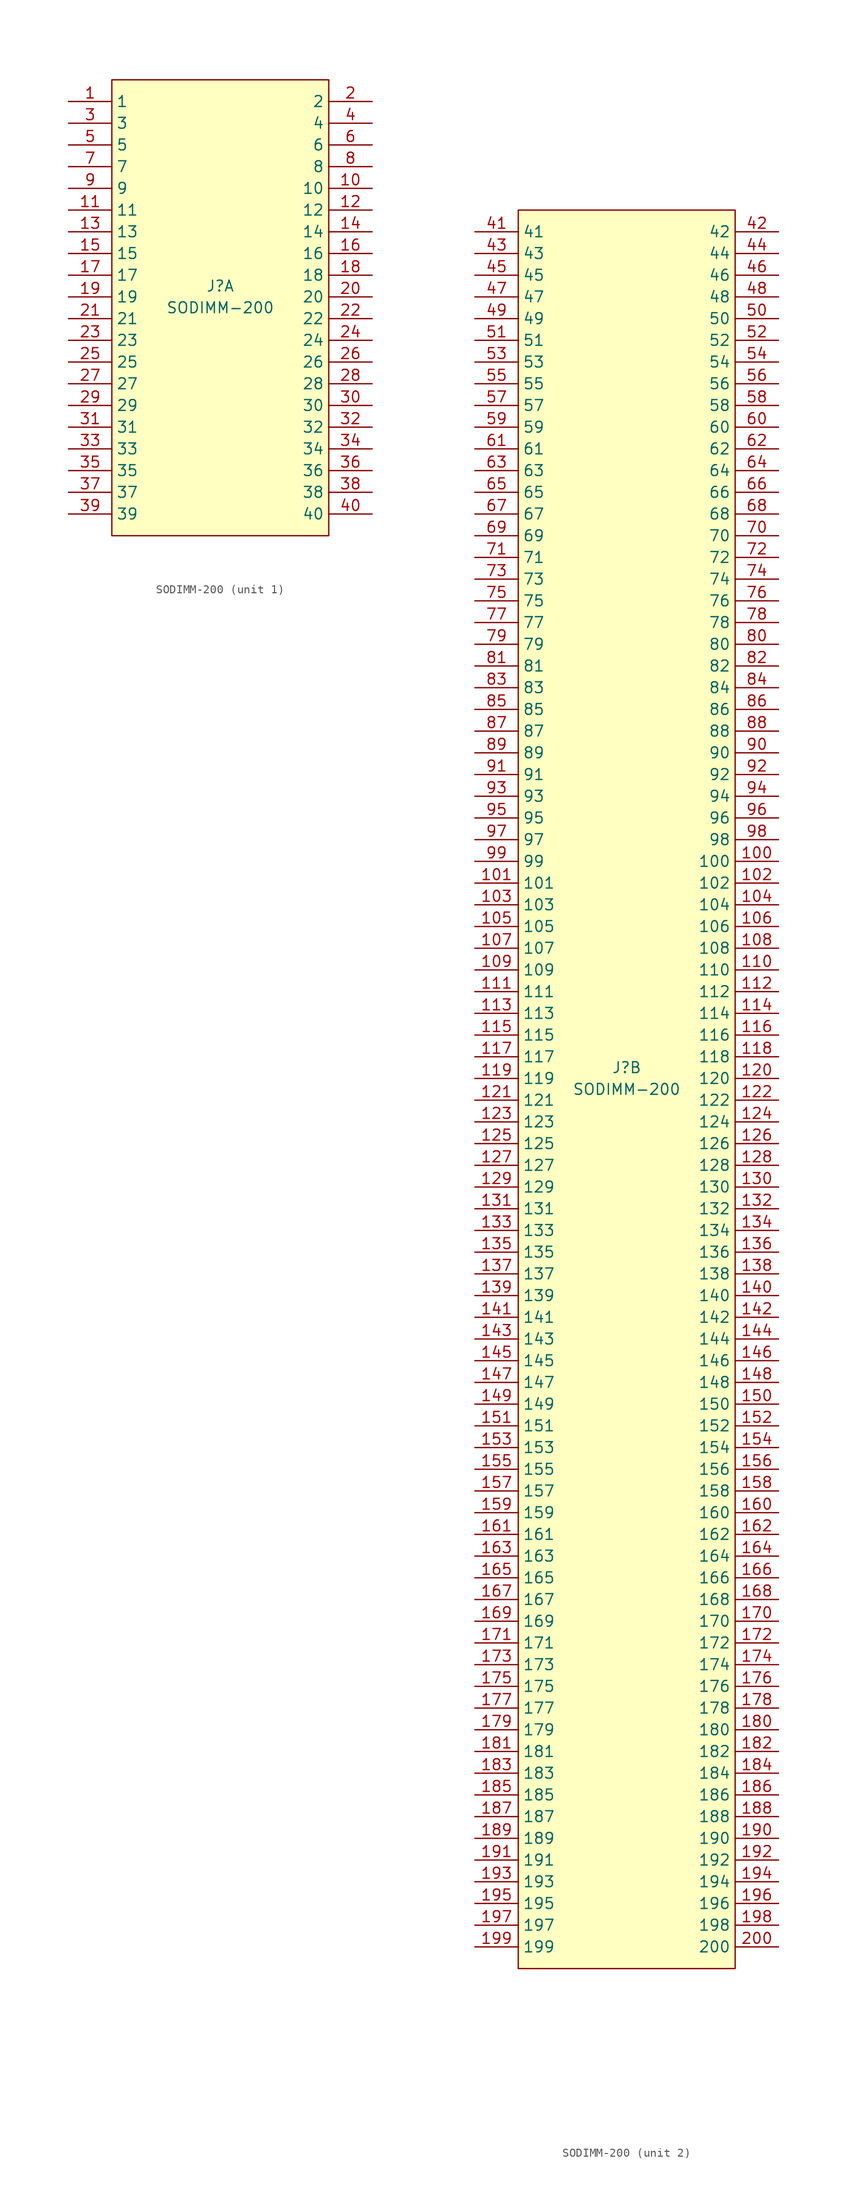
<source format=kicad_sym>
(kicad_symbol_lib
  (version 20201005)
  (generator kicad_symbol_editor)
  (symbol "SODIMM-200"
    (property "Reference" "J"
      (at 0 1.27 0)
      (effects (font (size 1.27 1.27))))
    (property "Value" "SODIMM-200"
      (at 0 -1.27 0)
      (effects (font (size 1.27 1.27))))
    (property "ki_locked" ""
      (at 0 0 0)
      (effects (font (size 1.27 1.27))))
    (symbol "SODIMM-200_1_1"
      (rectangle (start -12.7 25.4) (end 12.7 -27.94) (stroke (width 0)) (fill (type background)))
      (pin passive line (at -17.78 22.86 0) (length 5.08) (name "1" (effects (font (size 1.27 1.27)))) (number "1" (effects (font (size 1.27 1.27)))))
      (pin passive line (at 17.78 12.7 180) (length 5.08) (name "10" (effects (font (size 1.27 1.27)))) (number "10" (effects (font (size 1.27 1.27)))))
      (pin passive line (at -17.78 10.16 0) (length 5.08) (name "11" (effects (font (size 1.27 1.27)))) (number "11" (effects (font (size 1.27 1.27)))))
      (pin passive line (at 17.78 10.16 180) (length 5.08) (name "12" (effects (font (size 1.27 1.27)))) (number "12" (effects (font (size 1.27 1.27)))))
      (pin passive line (at -17.78 7.62 0) (length 5.08) (name "13" (effects (font (size 1.27 1.27)))) (number "13" (effects (font (size 1.27 1.27)))))
      (pin passive line (at 17.78 7.62 180) (length 5.08) (name "14" (effects (font (size 1.27 1.27)))) (number "14" (effects (font (size 1.27 1.27)))))
      (pin passive line (at -17.78 5.08 0) (length 5.08) (name "15" (effects (font (size 1.27 1.27)))) (number "15" (effects (font (size 1.27 1.27)))))
      (pin passive line (at 17.78 5.08 180) (length 5.08) (name "16" (effects (font (size 1.27 1.27)))) (number "16" (effects (font (size 1.27 1.27)))))
      (pin passive line (at -17.78 2.54 0) (length 5.08) (name "17" (effects (font (size 1.27 1.27)))) (number "17" (effects (font (size 1.27 1.27)))))
      (pin passive line (at 17.78 2.54 180) (length 5.08) (name "18" (effects (font (size 1.27 1.27)))) (number "18" (effects (font (size 1.27 1.27)))))
      (pin passive line (at -17.78 0 0) (length 5.08) (name "19" (effects (font (size 1.27 1.27)))) (number "19" (effects (font (size 1.27 1.27)))))
      (pin passive line (at 17.78 22.86 180) (length 5.08) (name "2" (effects (font (size 1.27 1.27)))) (number "2" (effects (font (size 1.27 1.27)))))
      (pin passive line (at 17.78 0 180) (length 5.08) (name "20" (effects (font (size 1.27 1.27)))) (number "20" (effects (font (size 1.27 1.27)))))
      (pin passive line (at -17.78 -2.54 0) (length 5.08) (name "21" (effects (font (size 1.27 1.27)))) (number "21" (effects (font (size 1.27 1.27)))))
      (pin passive line (at 17.78 -2.54 180) (length 5.08) (name "22" (effects (font (size 1.27 1.27)))) (number "22" (effects (font (size 1.27 1.27)))))
      (pin passive line (at -17.78 -5.08 0) (length 5.08) (name "23" (effects (font (size 1.27 1.27)))) (number "23" (effects (font (size 1.27 1.27)))))
      (pin passive line (at 17.78 -5.08 180) (length 5.08) (name "24" (effects (font (size 1.27 1.27)))) (number "24" (effects (font (size 1.27 1.27)))))
      (pin passive line (at -17.78 -7.62 0) (length 5.08) (name "25" (effects (font (size 1.27 1.27)))) (number "25" (effects (font (size 1.27 1.27)))))
      (pin passive line (at 17.78 -7.62 180) (length 5.08) (name "26" (effects (font (size 1.27 1.27)))) (number "26" (effects (font (size 1.27 1.27)))))
      (pin passive line (at -17.78 -10.16 0) (length 5.08) (name "27" (effects (font (size 1.27 1.27)))) (number "27" (effects (font (size 1.27 1.27)))))
      (pin passive line (at 17.78 -10.16 180) (length 5.08) (name "28" (effects (font (size 1.27 1.27)))) (number "28" (effects (font (size 1.27 1.27)))))
      (pin passive line (at -17.78 -12.7 0) (length 5.08) (name "29" (effects (font (size 1.27 1.27)))) (number "29" (effects (font (size 1.27 1.27)))))
      (pin passive line (at -17.78 20.32 0) (length 5.08) (name "3" (effects (font (size 1.27 1.27)))) (number "3" (effects (font (size 1.27 1.27)))))
      (pin passive line (at 17.78 -12.7 180) (length 5.08) (name "30" (effects (font (size 1.27 1.27)))) (number "30" (effects (font (size 1.27 1.27)))))
      (pin passive line (at -17.78 -15.24 0) (length 5.08) (name "31" (effects (font (size 1.27 1.27)))) (number "31" (effects (font (size 1.27 1.27)))))
      (pin passive line (at 17.78 -15.24 180) (length 5.08) (name "32" (effects (font (size 1.27 1.27)))) (number "32" (effects (font (size 1.27 1.27)))))
      (pin passive line (at -17.78 -17.78 0) (length 5.08) (name "33" (effects (font (size 1.27 1.27)))) (number "33" (effects (font (size 1.27 1.27)))))
      (pin passive line (at 17.78 -17.78 180) (length 5.08) (name "34" (effects (font (size 1.27 1.27)))) (number "34" (effects (font (size 1.27 1.27)))))
      (pin passive line (at -17.78 -20.32 0) (length 5.08) (name "35" (effects (font (size 1.27 1.27)))) (number "35" (effects (font (size 1.27 1.27)))))
      (pin passive line (at 17.78 -20.32 180) (length 5.08) (name "36" (effects (font (size 1.27 1.27)))) (number "36" (effects (font (size 1.27 1.27)))))
      (pin passive line (at -17.78 -22.86 0) (length 5.08) (name "37" (effects (font (size 1.27 1.27)))) (number "37" (effects (font (size 1.27 1.27)))))
      (pin passive line (at 17.78 -22.86 180) (length 5.08) (name "38" (effects (font (size 1.27 1.27)))) (number "38" (effects (font (size 1.27 1.27)))))
      (pin passive line (at -17.78 -25.4 0) (length 5.08) (name "39" (effects (font (size 1.27 1.27)))) (number "39" (effects (font (size 1.27 1.27)))))
      (pin passive line (at 17.78 20.32 180) (length 5.08) (name "4" (effects (font (size 1.27 1.27)))) (number "4" (effects (font (size 1.27 1.27)))))
      (pin passive line (at 17.78 -25.4 180) (length 5.08) (name "40" (effects (font (size 1.27 1.27)))) (number "40" (effects (font (size 1.27 1.27)))))
      (pin passive line (at -17.78 17.78 0) (length 5.08) (name "5" (effects (font (size 1.27 1.27)))) (number "5" (effects (font (size 1.27 1.27)))))
      (pin passive line (at 17.78 17.78 180) (length 5.08) (name "6" (effects (font (size 1.27 1.27)))) (number "6" (effects (font (size 1.27 1.27)))))
      (pin passive line (at -17.78 15.24 0) (length 5.08) (name "7" (effects (font (size 1.27 1.27)))) (number "7" (effects (font (size 1.27 1.27)))))
      (pin passive line (at 17.78 15.24 180) (length 5.08) (name "8" (effects (font (size 1.27 1.27)))) (number "8" (effects (font (size 1.27 1.27)))))
      (pin passive line (at -17.78 12.7 0) (length 5.08) (name "9" (effects (font (size 1.27 1.27)))) (number "9" (effects (font (size 1.27 1.27))))))
    (symbol "SODIMM-200_2_1"
      (rectangle (start -12.7 -104.14) (end 12.7 101.6) (stroke (width 0)) (fill (type background)))
      (pin passive line (at 17.78 25.4 180) (length 5.08) (name "100" (effects (font (size 1.27 1.27)))) (number "100" (effects (font (size 1.27 1.27)))))
      (pin passive line (at -17.78 22.86 0) (length 5.08) (name "101" (effects (font (size 1.27 1.27)))) (number "101" (effects (font (size 1.27 1.27)))))
      (pin passive line (at 17.78 22.86 180) (length 5.08) (name "102" (effects (font (size 1.27 1.27)))) (number "102" (effects (font (size 1.27 1.27)))))
      (pin passive line (at -17.78 20.32 0) (length 5.08) (name "103" (effects (font (size 1.27 1.27)))) (number "103" (effects (font (size 1.27 1.27)))))
      (pin passive line (at 17.78 20.32 180) (length 5.08) (name "104" (effects (font (size 1.27 1.27)))) (number "104" (effects (font (size 1.27 1.27)))))
      (pin passive line (at -17.78 17.78 0) (length 5.08) (name "105" (effects (font (size 1.27 1.27)))) (number "105" (effects (font (size 1.27 1.27)))))
      (pin passive line (at 17.78 17.78 180) (length 5.08) (name "106" (effects (font (size 1.27 1.27)))) (number "106" (effects (font (size 1.27 1.27)))))
      (pin passive line (at -17.78 15.24 0) (length 5.08) (name "107" (effects (font (size 1.27 1.27)))) (number "107" (effects (font (size 1.27 1.27)))))
      (pin passive line (at 17.78 15.24 180) (length 5.08) (name "108" (effects (font (size 1.27 1.27)))) (number "108" (effects (font (size 1.27 1.27)))))
      (pin passive line (at -17.78 12.7 0) (length 5.08) (name "109" (effects (font (size 1.27 1.27)))) (number "109" (effects (font (size 1.27 1.27)))))
      (pin passive line (at 17.78 12.7 180) (length 5.08) (name "110" (effects (font (size 1.27 1.27)))) (number "110" (effects (font (size 1.27 1.27)))))
      (pin passive line (at -17.78 10.16 0) (length 5.08) (name "111" (effects (font (size 1.27 1.27)))) (number "111" (effects (font (size 1.27 1.27)))))
      (pin passive line (at 17.78 10.16 180) (length 5.08) (name "112" (effects (font (size 1.27 1.27)))) (number "112" (effects (font (size 1.27 1.27)))))
      (pin passive line (at -17.78 7.62 0) (length 5.08) (name "113" (effects (font (size 1.27 1.27)))) (number "113" (effects (font (size 1.27 1.27)))))
      (pin passive line (at 17.78 7.62 180) (length 5.08) (name "114" (effects (font (size 1.27 1.27)))) (number "114" (effects (font (size 1.27 1.27)))))
      (pin passive line (at -17.78 5.08 0) (length 5.08) (name "115" (effects (font (size 1.27 1.27)))) (number "115" (effects (font (size 1.27 1.27)))))
      (pin passive line (at 17.78 5.08 180) (length 5.08) (name "116" (effects (font (size 1.27 1.27)))) (number "116" (effects (font (size 1.27 1.27)))))
      (pin passive line (at -17.78 2.54 0) (length 5.08) (name "117" (effects (font (size 1.27 1.27)))) (number "117" (effects (font (size 1.27 1.27)))))
      (pin passive line (at 17.78 2.54 180) (length 5.08) (name "118" (effects (font (size 1.27 1.27)))) (number "118" (effects (font (size 1.27 1.27)))))
      (pin passive line (at -17.78 0 0) (length 5.08) (name "119" (effects (font (size 1.27 1.27)))) (number "119" (effects (font (size 1.27 1.27)))))
      (pin passive line (at 17.78 0 180) (length 5.08) (name "120" (effects (font (size 1.27 1.27)))) (number "120" (effects (font (size 1.27 1.27)))))
      (pin passive line (at -17.78 -2.54 0) (length 5.08) (name "121" (effects (font (size 1.27 1.27)))) (number "121" (effects (font (size 1.27 1.27)))))
      (pin passive line (at 17.78 -2.54 180) (length 5.08) (name "122" (effects (font (size 1.27 1.27)))) (number "122" (effects (font (size 1.27 1.27)))))
      (pin passive line (at -17.78 -5.08 0) (length 5.08) (name "123" (effects (font (size 1.27 1.27)))) (number "123" (effects (font (size 1.27 1.27)))))
      (pin passive line (at 17.78 -5.08 180) (length 5.08) (name "124" (effects (font (size 1.27 1.27)))) (number "124" (effects (font (size 1.27 1.27)))))
      (pin passive line (at -17.78 -7.62 0) (length 5.08) (name "125" (effects (font (size 1.27 1.27)))) (number "125" (effects (font (size 1.27 1.27)))))
      (pin passive line (at 17.78 -7.62 180) (length 5.08) (name "126" (effects (font (size 1.27 1.27)))) (number "126" (effects (font (size 1.27 1.27)))))
      (pin passive line (at -17.78 -10.16 0) (length 5.08) (name "127" (effects (font (size 1.27 1.27)))) (number "127" (effects (font (size 1.27 1.27)))))
      (pin passive line (at 17.78 -10.16 180) (length 5.08) (name "128" (effects (font (size 1.27 1.27)))) (number "128" (effects (font (size 1.27 1.27)))))
      (pin passive line (at -17.78 -12.7 0) (length 5.08) (name "129" (effects (font (size 1.27 1.27)))) (number "129" (effects (font (size 1.27 1.27)))))
      (pin passive line (at 17.78 -12.7 180) (length 5.08) (name "130" (effects (font (size 1.27 1.27)))) (number "130" (effects (font (size 1.27 1.27)))))
      (pin passive line (at -17.78 -15.24 0) (length 5.08) (name "131" (effects (font (size 1.27 1.27)))) (number "131" (effects (font (size 1.27 1.27)))))
      (pin passive line (at 17.78 -15.24 180) (length 5.08) (name "132" (effects (font (size 1.27 1.27)))) (number "132" (effects (font (size 1.27 1.27)))))
      (pin passive line (at -17.78 -17.78 0) (length 5.08) (name "133" (effects (font (size 1.27 1.27)))) (number "133" (effects (font (size 1.27 1.27)))))
      (pin passive line (at 17.78 -17.78 180) (length 5.08) (name "134" (effects (font (size 1.27 1.27)))) (number "134" (effects (font (size 1.27 1.27)))))
      (pin passive line (at -17.78 -20.32 0) (length 5.08) (name "135" (effects (font (size 1.27 1.27)))) (number "135" (effects (font (size 1.27 1.27)))))
      (pin passive line (at 17.78 -20.32 180) (length 5.08) (name "136" (effects (font (size 1.27 1.27)))) (number "136" (effects (font (size 1.27 1.27)))))
      (pin passive line (at -17.78 -22.86 0) (length 5.08) (name "137" (effects (font (size 1.27 1.27)))) (number "137" (effects (font (size 1.27 1.27)))))
      (pin passive line (at 17.78 -22.86 180) (length 5.08) (name "138" (effects (font (size 1.27 1.27)))) (number "138" (effects (font (size 1.27 1.27)))))
      (pin passive line (at -17.78 -25.4 0) (length 5.08) (name "139" (effects (font (size 1.27 1.27)))) (number "139" (effects (font (size 1.27 1.27)))))
      (pin passive line (at 17.78 -25.4 180) (length 5.08) (name "140" (effects (font (size 1.27 1.27)))) (number "140" (effects (font (size 1.27 1.27)))))
      (pin passive line (at -17.78 -27.94 0) (length 5.08) (name "141" (effects (font (size 1.27 1.27)))) (number "141" (effects (font (size 1.27 1.27)))))
      (pin passive line (at 17.78 -27.94 180) (length 5.08) (name "142" (effects (font (size 1.27 1.27)))) (number "142" (effects (font (size 1.27 1.27)))))
      (pin passive line (at -17.78 -30.48 0) (length 5.08) (name "143" (effects (font (size 1.27 1.27)))) (number "143" (effects (font (size 1.27 1.27)))))
      (pin passive line (at 17.78 -30.48 180) (length 5.08) (name "144" (effects (font (size 1.27 1.27)))) (number "144" (effects (font (size 1.27 1.27)))))
      (pin passive line (at -17.78 -33.02 0) (length 5.08) (name "145" (effects (font (size 1.27 1.27)))) (number "145" (effects (font (size 1.27 1.27)))))
      (pin passive line (at 17.78 -33.02 180) (length 5.08) (name "146" (effects (font (size 1.27 1.27)))) (number "146" (effects (font (size 1.27 1.27)))))
      (pin passive line (at -17.78 -35.56 0) (length 5.08) (name "147" (effects (font (size 1.27 1.27)))) (number "147" (effects (font (size 1.27 1.27)))))
      (pin passive line (at 17.78 -35.56 180) (length 5.08) (name "148" (effects (font (size 1.27 1.27)))) (number "148" (effects (font (size 1.27 1.27)))))
      (pin passive line (at -17.78 -38.1 0) (length 5.08) (name "149" (effects (font (size 1.27 1.27)))) (number "149" (effects (font (size 1.27 1.27)))))
      (pin passive line (at 17.78 -38.1 180) (length 5.08) (name "150" (effects (font (size 1.27 1.27)))) (number "150" (effects (font (size 1.27 1.27)))))
      (pin passive line (at -17.78 -40.64 0) (length 5.08) (name "151" (effects (font (size 1.27 1.27)))) (number "151" (effects (font (size 1.27 1.27)))))
      (pin passive line (at 17.78 -40.64 180) (length 5.08) (name "152" (effects (font (size 1.27 1.27)))) (number "152" (effects (font (size 1.27 1.27)))))
      (pin passive line (at -17.78 -43.18 0) (length 5.08) (name "153" (effects (font (size 1.27 1.27)))) (number "153" (effects (font (size 1.27 1.27)))))
      (pin passive line (at 17.78 -43.18 180) (length 5.08) (name "154" (effects (font (size 1.27 1.27)))) (number "154" (effects (font (size 1.27 1.27)))))
      (pin passive line (at -17.78 -45.72 0) (length 5.08) (name "155" (effects (font (size 1.27 1.27)))) (number "155" (effects (font (size 1.27 1.27)))))
      (pin passive line (at 17.78 -45.72 180) (length 5.08) (name "156" (effects (font (size 1.27 1.27)))) (number "156" (effects (font (size 1.27 1.27)))))
      (pin passive line (at -17.78 -48.26 0) (length 5.08) (name "157" (effects (font (size 1.27 1.27)))) (number "157" (effects (font (size 1.27 1.27)))))
      (pin passive line (at 17.78 -48.26 180) (length 5.08) (name "158" (effects (font (size 1.27 1.27)))) (number "158" (effects (font (size 1.27 1.27)))))
      (pin passive line (at -17.78 -50.8 0) (length 5.08) (name "159" (effects (font (size 1.27 1.27)))) (number "159" (effects (font (size 1.27 1.27)))))
      (pin passive line (at 17.78 -50.8 180) (length 5.08) (name "160" (effects (font (size 1.27 1.27)))) (number "160" (effects (font (size 1.27 1.27)))))
      (pin passive line (at -17.78 -53.34 0) (length 5.08) (name "161" (effects (font (size 1.27 1.27)))) (number "161" (effects (font (size 1.27 1.27)))))
      (pin passive line (at 17.78 -53.34 180) (length 5.08) (name "162" (effects (font (size 1.27 1.27)))) (number "162" (effects (font (size 1.27 1.27)))))
      (pin passive line (at -17.78 -55.88 0) (length 5.08) (name "163" (effects (font (size 1.27 1.27)))) (number "163" (effects (font (size 1.27 1.27)))))
      (pin passive line (at 17.78 -55.88 180) (length 5.08) (name "164" (effects (font (size 1.27 1.27)))) (number "164" (effects (font (size 1.27 1.27)))))
      (pin passive line (at -17.78 -58.42 0) (length 5.08) (name "165" (effects (font (size 1.27 1.27)))) (number "165" (effects (font (size 1.27 1.27)))))
      (pin passive line (at 17.78 -58.42 180) (length 5.08) (name "166" (effects (font (size 1.27 1.27)))) (number "166" (effects (font (size 1.27 1.27)))))
      (pin passive line (at -17.78 -60.96 0) (length 5.08) (name "167" (effects (font (size 1.27 1.27)))) (number "167" (effects (font (size 1.27 1.27)))))
      (pin passive line (at 17.78 -60.96 180) (length 5.08) (name "168" (effects (font (size 1.27 1.27)))) (number "168" (effects (font (size 1.27 1.27)))))
      (pin passive line (at -17.78 -63.5 0) (length 5.08) (name "169" (effects (font (size 1.27 1.27)))) (number "169" (effects (font (size 1.27 1.27)))))
      (pin passive line (at 17.78 -63.5 180) (length 5.08) (name "170" (effects (font (size 1.27 1.27)))) (number "170" (effects (font (size 1.27 1.27)))))
      (pin passive line (at -17.78 -66.04 0) (length 5.08) (name "171" (effects (font (size 1.27 1.27)))) (number "171" (effects (font (size 1.27 1.27)))))
      (pin passive line (at 17.78 -66.04 180) (length 5.08) (name "172" (effects (font (size 1.27 1.27)))) (number "172" (effects (font (size 1.27 1.27)))))
      (pin passive line (at -17.78 -68.58 0) (length 5.08) (name "173" (effects (font (size 1.27 1.27)))) (number "173" (effects (font (size 1.27 1.27)))))
      (pin passive line (at 17.78 -68.58 180) (length 5.08) (name "174" (effects (font (size 1.27 1.27)))) (number "174" (effects (font (size 1.27 1.27)))))
      (pin passive line (at -17.78 -71.12 0) (length 5.08) (name "175" (effects (font (size 1.27 1.27)))) (number "175" (effects (font (size 1.27 1.27)))))
      (pin passive line (at 17.78 -71.12 180) (length 5.08) (name "176" (effects (font (size 1.27 1.27)))) (number "176" (effects (font (size 1.27 1.27)))))
      (pin passive line (at -17.78 -73.66 0) (length 5.08) (name "177" (effects (font (size 1.27 1.27)))) (number "177" (effects (font (size 1.27 1.27)))))
      (pin passive line (at 17.78 -73.66 180) (length 5.08) (name "178" (effects (font (size 1.27 1.27)))) (number "178" (effects (font (size 1.27 1.27)))))
      (pin passive line (at -17.78 -76.2 0) (length 5.08) (name "179" (effects (font (size 1.27 1.27)))) (number "179" (effects (font (size 1.27 1.27)))))
      (pin passive line (at 17.78 -76.2 180) (length 5.08) (name "180" (effects (font (size 1.27 1.27)))) (number "180" (effects (font (size 1.27 1.27)))))
      (pin passive line (at -17.78 -78.74 0) (length 5.08) (name "181" (effects (font (size 1.27 1.27)))) (number "181" (effects (font (size 1.27 1.27)))))
      (pin passive line (at 17.78 -78.74 180) (length 5.08) (name "182" (effects (font (size 1.27 1.27)))) (number "182" (effects (font (size 1.27 1.27)))))
      (pin passive line (at -17.78 -81.28 0) (length 5.08) (name "183" (effects (font (size 1.27 1.27)))) (number "183" (effects (font (size 1.27 1.27)))))
      (pin passive line (at 17.78 -81.28 180) (length 5.08) (name "184" (effects (font (size 1.27 1.27)))) (number "184" (effects (font (size 1.27 1.27)))))
      (pin passive line (at -17.78 -83.82 0) (length 5.08) (name "185" (effects (font (size 1.27 1.27)))) (number "185" (effects (font (size 1.27 1.27)))))
      (pin passive line (at 17.78 -83.82 180) (length 5.08) (name "186" (effects (font (size 1.27 1.27)))) (number "186" (effects (font (size 1.27 1.27)))))
      (pin passive line (at -17.78 -86.36 0) (length 5.08) (name "187" (effects (font (size 1.27 1.27)))) (number "187" (effects (font (size 1.27 1.27)))))
      (pin passive line (at 17.78 -86.36 180) (length 5.08) (name "188" (effects (font (size 1.27 1.27)))) (number "188" (effects (font (size 1.27 1.27)))))
      (pin passive line (at -17.78 -88.9 0) (length 5.08) (name "189" (effects (font (size 1.27 1.27)))) (number "189" (effects (font (size 1.27 1.27)))))
      (pin passive line (at 17.78 -88.9 180) (length 5.08) (name "190" (effects (font (size 1.27 1.27)))) (number "190" (effects (font (size 1.27 1.27)))))
      (pin passive line (at -17.78 -91.44 0) (length 5.08) (name "191" (effects (font (size 1.27 1.27)))) (number "191" (effects (font (size 1.27 1.27)))))
      (pin passive line (at 17.78 -91.44 180) (length 5.08) (name "192" (effects (font (size 1.27 1.27)))) (number "192" (effects (font (size 1.27 1.27)))))
      (pin passive line (at -17.78 -93.98 0) (length 5.08) (name "193" (effects (font (size 1.27 1.27)))) (number "193" (effects (font (size 1.27 1.27)))))
      (pin passive line (at 17.78 -93.98 180) (length 5.08) (name "194" (effects (font (size 1.27 1.27)))) (number "194" (effects (font (size 1.27 1.27)))))
      (pin passive line (at -17.78 -96.52 0) (length 5.08) (name "195" (effects (font (size 1.27 1.27)))) (number "195" (effects (font (size 1.27 1.27)))))
      (pin passive line (at 17.78 -96.52 180) (length 5.08) (name "196" (effects (font (size 1.27 1.27)))) (number "196" (effects (font (size 1.27 1.27)))))
      (pin passive line (at -17.78 -99.06 0) (length 5.08) (name "197" (effects (font (size 1.27 1.27)))) (number "197" (effects (font (size 1.27 1.27)))))
      (pin passive line (at 17.78 -99.06 180) (length 5.08) (name "198" (effects (font (size 1.27 1.27)))) (number "198" (effects (font (size 1.27 1.27)))))
      (pin passive line (at -17.78 -101.6 0) (length 5.08) (name "199" (effects (font (size 1.27 1.27)))) (number "199" (effects (font (size 1.27 1.27)))))
      (pin passive line (at 17.78 -101.6 180) (length 5.08) (name "200" (effects (font (size 1.27 1.27)))) (number "200" (effects (font (size 1.27 1.27)))))
      (pin passive line (at -17.78 99.06 0) (length 5.08) (name "41" (effects (font (size 1.27 1.27)))) (number "41" (effects (font (size 1.27 1.27)))))
      (pin passive line (at 17.78 99.06 180) (length 5.08) (name "42" (effects (font (size 1.27 1.27)))) (number "42" (effects (font (size 1.27 1.27)))))
      (pin passive line (at -17.78 96.52 0) (length 5.08) (name "43" (effects (font (size 1.27 1.27)))) (number "43" (effects (font (size 1.27 1.27)))))
      (pin passive line (at 17.78 96.52 180) (length 5.08) (name "44" (effects (font (size 1.27 1.27)))) (number "44" (effects (font (size 1.27 1.27)))))
      (pin passive line (at -17.78 93.98 0) (length 5.08) (name "45" (effects (font (size 1.27 1.27)))) (number "45" (effects (font (size 1.27 1.27)))))
      (pin passive line (at 17.78 93.98 180) (length 5.08) (name "46" (effects (font (size 1.27 1.27)))) (number "46" (effects (font (size 1.27 1.27)))))
      (pin passive line (at -17.78 91.44 0) (length 5.08) (name "47" (effects (font (size 1.27 1.27)))) (number "47" (effects (font (size 1.27 1.27)))))
      (pin passive line (at 17.78 91.44 180) (length 5.08) (name "48" (effects (font (size 1.27 1.27)))) (number "48" (effects (font (size 1.27 1.27)))))
      (pin passive line (at -17.78 88.9 0) (length 5.08) (name "49" (effects (font (size 1.27 1.27)))) (number "49" (effects (font (size 1.27 1.27)))))
      (pin passive line (at 17.78 88.9 180) (length 5.08) (name "50" (effects (font (size 1.27 1.27)))) (number "50" (effects (font (size 1.27 1.27)))))
      (pin passive line (at -17.78 86.36 0) (length 5.08) (name "51" (effects (font (size 1.27 1.27)))) (number "51" (effects (font (size 1.27 1.27)))))
      (pin passive line (at 17.78 86.36 180) (length 5.08) (name "52" (effects (font (size 1.27 1.27)))) (number "52" (effects (font (size 1.27 1.27)))))
      (pin passive line (at -17.78 83.82 0) (length 5.08) (name "53" (effects (font (size 1.27 1.27)))) (number "53" (effects (font (size 1.27 1.27)))))
      (pin passive line (at 17.78 83.82 180) (length 5.08) (name "54" (effects (font (size 1.27 1.27)))) (number "54" (effects (font (size 1.27 1.27)))))
      (pin passive line (at -17.78 81.28 0) (length 5.08) (name "55" (effects (font (size 1.27 1.27)))) (number "55" (effects (font (size 1.27 1.27)))))
      (pin passive line (at 17.78 81.28 180) (length 5.08) (name "56" (effects (font (size 1.27 1.27)))) (number "56" (effects (font (size 1.27 1.27)))))
      (pin passive line (at -17.78 78.74 0) (length 5.08) (name "57" (effects (font (size 1.27 1.27)))) (number "57" (effects (font (size 1.27 1.27)))))
      (pin passive line (at 17.78 78.74 180) (length 5.08) (name "58" (effects (font (size 1.27 1.27)))) (number "58" (effects (font (size 1.27 1.27)))))
      (pin passive line (at -17.78 76.2 0) (length 5.08) (name "59" (effects (font (size 1.27 1.27)))) (number "59" (effects (font (size 1.27 1.27)))))
      (pin passive line (at 17.78 76.2 180) (length 5.08) (name "60" (effects (font (size 1.27 1.27)))) (number "60" (effects (font (size 1.27 1.27)))))
      (pin passive line (at -17.78 73.66 0) (length 5.08) (name "61" (effects (font (size 1.27 1.27)))) (number "61" (effects (font (size 1.27 1.27)))))
      (pin passive line (at 17.78 73.66 180) (length 5.08) (name "62" (effects (font (size 1.27 1.27)))) (number "62" (effects (font (size 1.27 1.27)))))
      (pin passive line (at -17.78 71.12 0) (length 5.08) (name "63" (effects (font (size 1.27 1.27)))) (number "63" (effects (font (size 1.27 1.27)))))
      (pin passive line (at 17.78 71.12 180) (length 5.08) (name "64" (effects (font (size 1.27 1.27)))) (number "64" (effects (font (size 1.27 1.27)))))
      (pin passive line (at -17.78 68.58 0) (length 5.08) (name "65" (effects (font (size 1.27 1.27)))) (number "65" (effects (font (size 1.27 1.27)))))
      (pin passive line (at 17.78 68.58 180) (length 5.08) (name "66" (effects (font (size 1.27 1.27)))) (number "66" (effects (font (size 1.27 1.27)))))
      (pin passive line (at -17.78 66.04 0) (length 5.08) (name "67" (effects (font (size 1.27 1.27)))) (number "67" (effects (font (size 1.27 1.27)))))
      (pin passive line (at 17.78 66.04 180) (length 5.08) (name "68" (effects (font (size 1.27 1.27)))) (number "68" (effects (font (size 1.27 1.27)))))
      (pin passive line (at -17.78 63.5 0) (length 5.08) (name "69" (effects (font (size 1.27 1.27)))) (number "69" (effects (font (size 1.27 1.27)))))
      (pin passive line (at 17.78 63.5 180) (length 5.08) (name "70" (effects (font (size 1.27 1.27)))) (number "70" (effects (font (size 1.27 1.27)))))
      (pin passive line (at -17.78 60.96 0) (length 5.08) (name "71" (effects (font (size 1.27 1.27)))) (number "71" (effects (font (size 1.27 1.27)))))
      (pin passive line (at 17.78 60.96 180) (length 5.08) (name "72" (effects (font (size 1.27 1.27)))) (number "72" (effects (font (size 1.27 1.27)))))
      (pin passive line (at -17.78 58.42 0) (length 5.08) (name "73" (effects (font (size 1.27 1.27)))) (number "73" (effects (font (size 1.27 1.27)))))
      (pin passive line (at 17.78 58.42 180) (length 5.08) (name "74" (effects (font (size 1.27 1.27)))) (number "74" (effects (font (size 1.27 1.27)))))
      (pin passive line (at -17.78 55.88 0) (length 5.08) (name "75" (effects (font (size 1.27 1.27)))) (number "75" (effects (font (size 1.27 1.27)))))
      (pin passive line (at 17.78 55.88 180) (length 5.08) (name "76" (effects (font (size 1.27 1.27)))) (number "76" (effects (font (size 1.27 1.27)))))
      (pin passive line (at -17.78 53.34 0) (length 5.08) (name "77" (effects (font (size 1.27 1.27)))) (number "77" (effects (font (size 1.27 1.27)))))
      (pin passive line (at 17.78 53.34 180) (length 5.08) (name "78" (effects (font (size 1.27 1.27)))) (number "78" (effects (font (size 1.27 1.27)))))
      (pin passive line (at -17.78 50.8 0) (length 5.08) (name "79" (effects (font (size 1.27 1.27)))) (number "79" (effects (font (size 1.27 1.27)))))
      (pin passive line (at 17.78 50.8 180) (length 5.08) (name "80" (effects (font (size 1.27 1.27)))) (number "80" (effects (font (size 1.27 1.27)))))
      (pin passive line (at -17.78 48.26 0) (length 5.08) (name "81" (effects (font (size 1.27 1.27)))) (number "81" (effects (font (size 1.27 1.27)))))
      (pin passive line (at 17.78 48.26 180) (length 5.08) (name "82" (effects (font (size 1.27 1.27)))) (number "82" (effects (font (size 1.27 1.27)))))
      (pin passive line (at -17.78 45.72 0) (length 5.08) (name "83" (effects (font (size 1.27 1.27)))) (number "83" (effects (font (size 1.27 1.27)))))
      (pin passive line (at 17.78 45.72 180) (length 5.08) (name "84" (effects (font (size 1.27 1.27)))) (number "84" (effects (font (size 1.27 1.27)))))
      (pin passive line (at -17.78 43.18 0) (length 5.08) (name "85" (effects (font (size 1.27 1.27)))) (number "85" (effects (font (size 1.27 1.27)))))
      (pin passive line (at 17.78 43.18 180) (length 5.08) (name "86" (effects (font (size 1.27 1.27)))) (number "86" (effects (font (size 1.27 1.27)))))
      (pin passive line (at -17.78 40.64 0) (length 5.08) (name "87" (effects (font (size 1.27 1.27)))) (number "87" (effects (font (size 1.27 1.27)))))
      (pin passive line (at 17.78 40.64 180) (length 5.08) (name "88" (effects (font (size 1.27 1.27)))) (number "88" (effects (font (size 1.27 1.27)))))
      (pin passive line (at -17.78 38.1 0) (length 5.08) (name "89" (effects (font (size 1.27 1.27)))) (number "89" (effects (font (size 1.27 1.27)))))
      (pin passive line (at 17.78 38.1 180) (length 5.08) (name "90" (effects (font (size 1.27 1.27)))) (number "90" (effects (font (size 1.27 1.27)))))
      (pin passive line (at -17.78 35.56 0) (length 5.08) (name "91" (effects (font (size 1.27 1.27)))) (number "91" (effects (font (size 1.27 1.27)))))
      (pin passive line (at 17.78 35.56 180) (length 5.08) (name "92" (effects (font (size 1.27 1.27)))) (number "92" (effects (font (size 1.27 1.27)))))
      (pin passive line (at -17.78 33.02 0) (length 5.08) (name "93" (effects (font (size 1.27 1.27)))) (number "93" (effects (font (size 1.27 1.27)))))
      (pin passive line (at 17.78 33.02 180) (length 5.08) (name "94" (effects (font (size 1.27 1.27)))) (number "94" (effects (font (size 1.27 1.27)))))
      (pin passive line (at -17.78 30.48 0) (length 5.08) (name "95" (effects (font (size 1.27 1.27)))) (number "95" (effects (font (size 1.27 1.27)))))
      (pin passive line (at 17.78 30.48 180) (length 5.08) (name "96" (effects (font (size 1.27 1.27)))) (number "96" (effects (font (size 1.27 1.27)))))
      (pin passive line (at -17.78 27.94 0) (length 5.08) (name "97" (effects (font (size 1.27 1.27)))) (number "97" (effects (font (size 1.27 1.27)))))
      (pin passive line (at 17.78 27.94 180) (length 5.08) (name "98" (effects (font (size 1.27 1.27)))) (number "98" (effects (font (size 1.27 1.27)))))
      (pin passive line (at -17.78 25.4 0) (length 5.08) (name "99" (effects (font (size 1.27 1.27)))) (number "99" (effects (font (size 1.27 1.27))))))))
</source>
